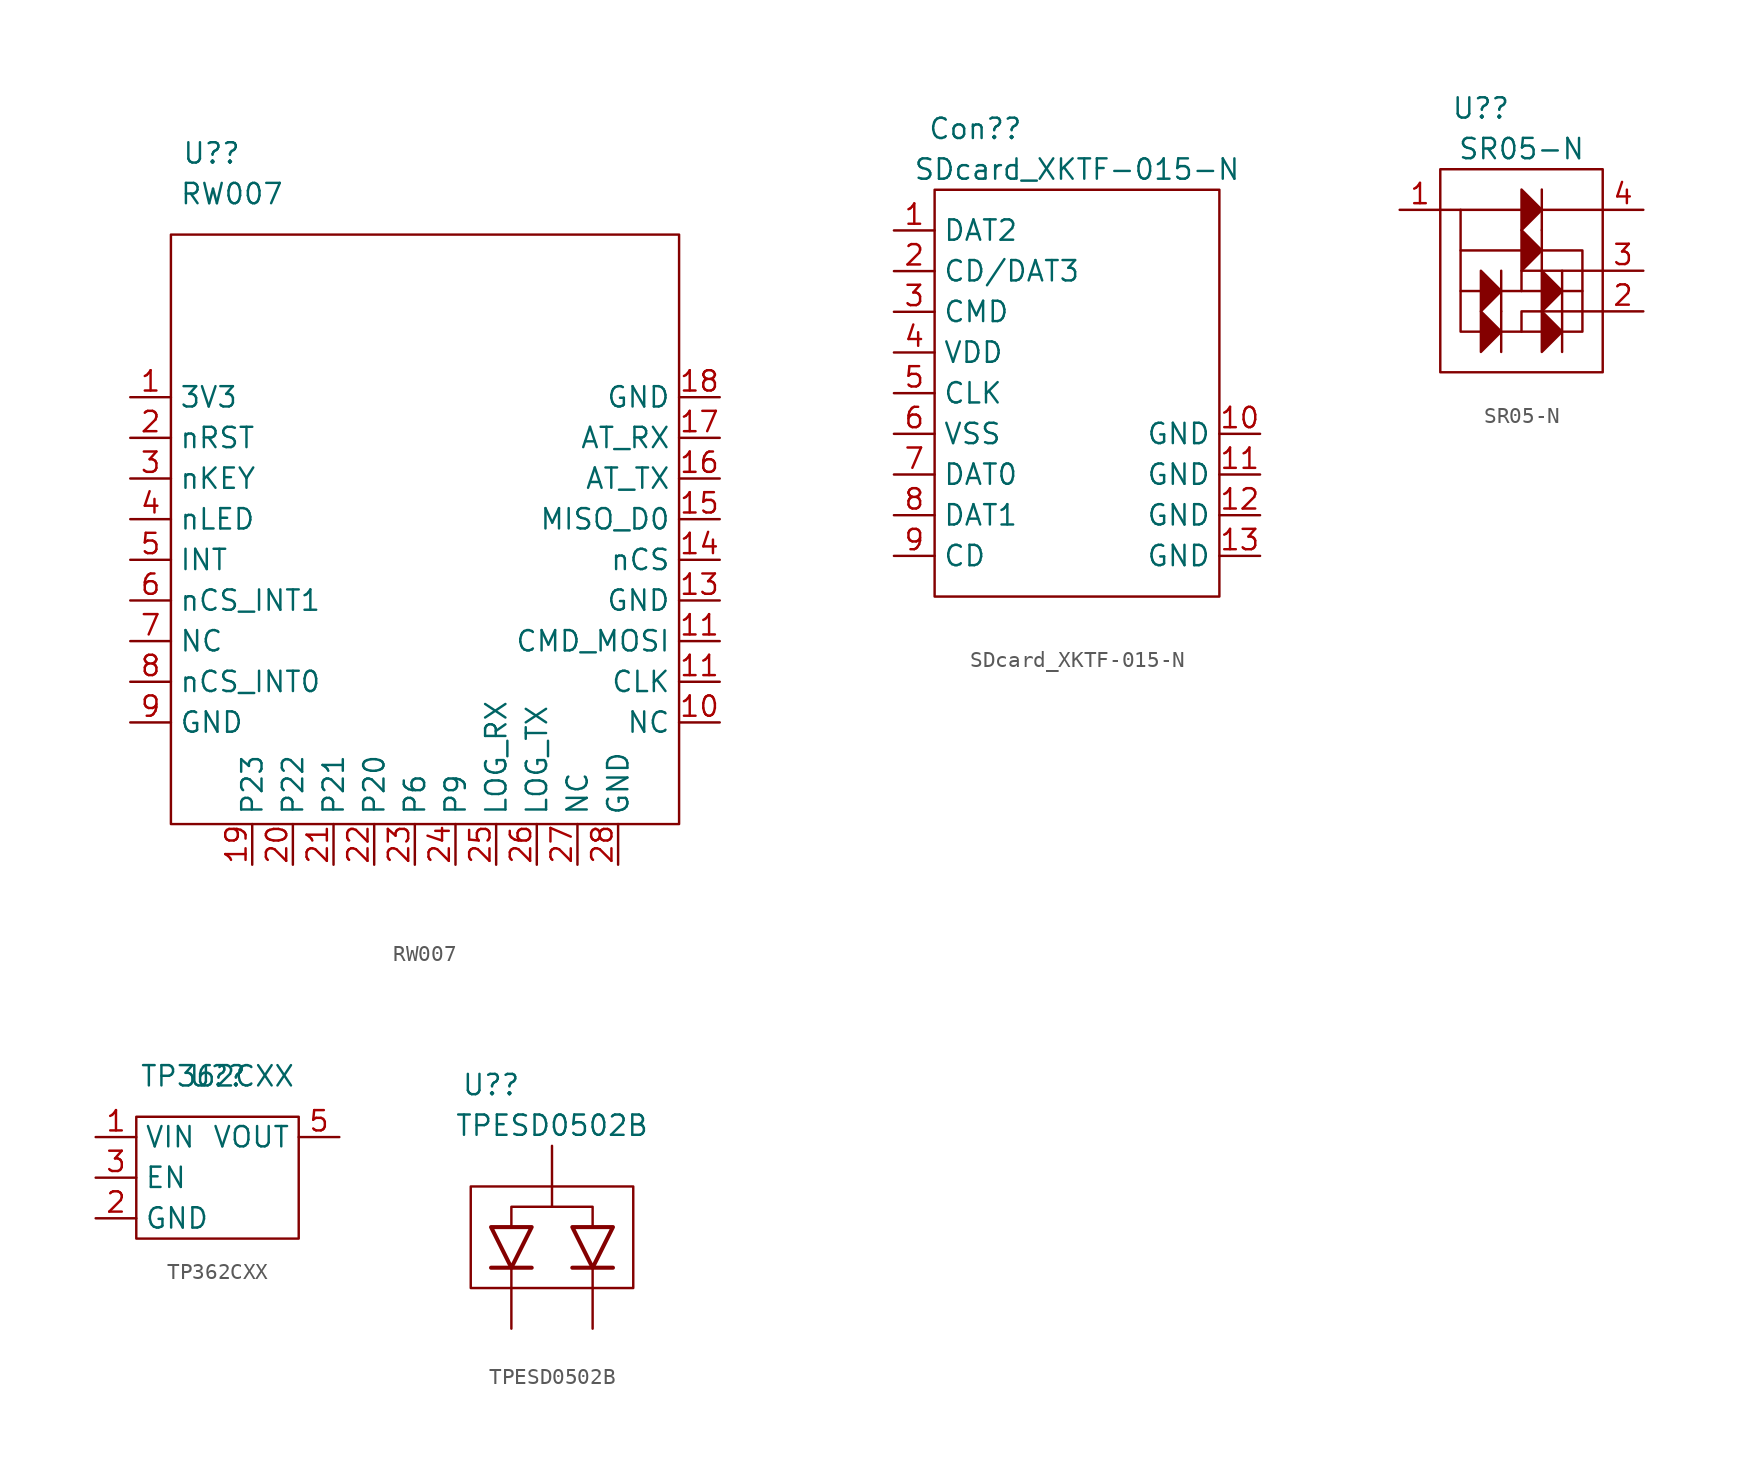
<source format=kicad_sym>
(kicad_symbol_lib
  (version 20211014)
  (generator kicad_symbol_editor)
  (symbol "RW007"
    (property "Reference" "U?"
      (at -15.24 22.86 0)
      (effects (font (size 1.27 1.27))))
    (property "Value" "RW007"
      (at -13.97 20.32 0)
      (effects (font (size 1.27 1.27))))
    (symbol "RW007_0_1"
      (rectangle (start -17.78 17.78) (end 13.97 -19.05) (stroke (width 0) (type default) (color 0 0 0 0)) (fill (type none))))
    (symbol "RW007_1_1"
      (pin power_in line (at -20.32 7.62 0) (length 2.54) (name "3V3" (effects (font (size 1.27 1.27)))) (number "1" (effects (font (size 1.27 1.27)))))
      (pin free line (at 16.51 -12.7 180) (length 2.54) (name "NC" (effects (font (size 1.27 1.27)))) (number "10" (effects (font (size 1.27 1.27)))))
      (pin input line (at 16.51 -10.16 180) (length 2.54) (name "CLK" (effects (font (size 1.27 1.27)))) (number "11" (effects (font (size 1.27 1.27)))))
      (pin input line (at 16.51 -7.62 180) (length 2.54) (name "CMD_MOSI" (effects (font (size 1.27 1.27)))) (number "11" (effects (font (size 1.27 1.27)))))
      (pin power_out line (at 16.51 -5.08 180) (length 2.54) (name "GND" (effects (font (size 1.27 1.27)))) (number "13" (effects (font (size 1.27 1.27)))))
      (pin power_out line (at 16.51 -2.54 180) (length 2.54) (name "nCS" (effects (font (size 1.27 1.27)))) (number "14" (effects (font (size 1.27 1.27)))))
      (pin output line (at 16.51 0 180) (length 2.54) (name "MISO_D0" (effects (font (size 1.27 1.27)))) (number "15" (effects (font (size 1.27 1.27)))))
      (pin output line (at 16.51 2.54 180) (length 2.54) (name "AT_TX" (effects (font (size 1.27 1.27)))) (number "16" (effects (font (size 1.27 1.27)))))
      (pin input line (at 16.51 5.08 180) (length 2.54) (name "AT_RX" (effects (font (size 1.27 1.27)))) (number "17" (effects (font (size 1.27 1.27)))))
      (pin power_out line (at 16.51 7.62 180) (length 2.54) (name "GND" (effects (font (size 1.27 1.27)))) (number "18" (effects (font (size 1.27 1.27)))))
      (pin free line (at -12.7 -21.59 90) (length 2.54) (name "P23" (effects (font (size 1.27 1.27)))) (number "19" (effects (font (size 1.27 1.27)))))
      (pin input line (at -20.32 5.08 0) (length 2.54) (name "nRST" (effects (font (size 1.27 1.27)))) (number "2" (effects (font (size 1.27 1.27)))))
      (pin free line (at -10.16 -21.59 90) (length 2.54) (name "P22" (effects (font (size 1.27 1.27)))) (number "20" (effects (font (size 1.27 1.27)))))
      (pin free line (at -7.62 -21.59 90) (length 2.54) (name "P21" (effects (font (size 1.27 1.27)))) (number "21" (effects (font (size 1.27 1.27)))))
      (pin free line (at -5.08 -21.59 90) (length 2.54) (name "P20" (effects (font (size 1.27 1.27)))) (number "22" (effects (font (size 1.27 1.27)))))
      (pin free line (at -2.54 -21.59 90) (length 2.54) (name "P6" (effects (font (size 1.27 1.27)))) (number "23" (effects (font (size 1.27 1.27)))))
      (pin free line (at 0 -21.59 90) (length 2.54) (name "P9" (effects (font (size 1.27 1.27)))) (number "24" (effects (font (size 1.27 1.27)))))
      (pin free line (at 2.54 -21.59 90) (length 2.54) (name "LOG_RX" (effects (font (size 1.27 1.27)))) (number "25" (effects (font (size 1.27 1.27)))))
      (pin free line (at 5.08 -21.59 90) (length 2.54) (name "LOG_TX" (effects (font (size 1.27 1.27)))) (number "26" (effects (font (size 1.27 1.27)))))
      (pin free line (at 7.62 -21.59 90) (length 2.54) (name "NC" (effects (font (size 1.27 1.27)))) (number "27" (effects (font (size 1.27 1.27)))))
      (pin free line (at 10.16 -21.59 90) (length 2.54) (name "GND" (effects (font (size 1.27 1.27)))) (number "28" (effects (font (size 1.27 1.27)))))
      (pin input line (at -20.32 2.54 0) (length 2.54) (name "nKEY" (effects (font (size 1.27 1.27)))) (number "3" (effects (font (size 1.27 1.27)))))
      (pin output line (at -20.32 0 0) (length 2.54) (name "nLED" (effects (font (size 1.27 1.27)))) (number "4" (effects (font (size 1.27 1.27)))))
      (pin input line (at -20.32 -2.54 0) (length 2.54) (name "INT" (effects (font (size 1.27 1.27)))) (number "5" (effects (font (size 1.27 1.27)))))
      (pin input line (at -20.32 -5.08 0) (length 2.54) (name "nCS_INT1" (effects (font (size 1.27 1.27)))) (number "6" (effects (font (size 1.27 1.27)))))
      (pin free line (at -20.32 -7.62 0) (length 2.54) (name "NC" (effects (font (size 1.27 1.27)))) (number "7" (effects (font (size 1.27 1.27)))))
      (pin input line (at -20.32 -10.16 0) (length 2.54) (name "nCS_INT0" (effects (font (size 1.27 1.27)))) (number "8" (effects (font (size 1.27 1.27)))))
      (pin power_out line (at -20.32 -12.7 0) (length 2.54) (name "GND" (effects (font (size 1.27 1.27)))) (number "9" (effects (font (size 1.27 1.27)))))))
  (symbol "SDcard_XKTF-015-N"
    (property "Reference" "Con?"
      (at -3.81 1.27 0)
      (effects (font (size 1.27 1.27))))
    (property "Value" "SDcard_XKTF-015-N"
      (at 2.54 -1.27 0)
      (effects (font (size 1.27 1.27))))
    (symbol "SDcard_XKTF-015-N_0_1"
      (rectangle (start -6.35 -2.54) (end 11.43 -27.94) (stroke (width 0) (type default) (color 0 0 0 0)) (fill (type none))))
    (symbol "SDcard_XKTF-015-N_1_1"
      (pin bidirectional line (at -8.89 -5.08 0) (length 2.54) (name "DAT2" (effects (font (size 1.27 1.27)))) (number "1" (effects (font (size 1.27 1.27)))))
      (pin power_out line (at 13.97 -17.78 180) (length 2.54) (name "GND" (effects (font (size 1.27 1.27)))) (number "10" (effects (font (size 1.27 1.27)))))
      (pin power_out line (at 13.97 -20.32 180) (length 2.54) (name "GND" (effects (font (size 1.27 1.27)))) (number "11" (effects (font (size 1.27 1.27)))))
      (pin power_out line (at 13.97 -22.86 180) (length 2.54) (name "GND" (effects (font (size 1.27 1.27)))) (number "12" (effects (font (size 1.27 1.27)))))
      (pin power_out line (at 13.97 -25.4 180) (length 2.54) (name "GND" (effects (font (size 1.27 1.27)))) (number "13" (effects (font (size 1.27 1.27)))))
      (pin bidirectional line (at -8.89 -7.62 0) (length 2.54) (name "CD/DAT3" (effects (font (size 1.27 1.27)))) (number "2" (effects (font (size 1.27 1.27)))))
      (pin bidirectional line (at -8.89 -10.16 0) (length 2.54) (name "CMD" (effects (font (size 1.27 1.27)))) (number "3" (effects (font (size 1.27 1.27)))))
      (pin power_in line (at -8.89 -12.7 0) (length 2.54) (name "VDD" (effects (font (size 1.27 1.27)))) (number "4" (effects (font (size 1.27 1.27)))))
      (pin input line (at -8.89 -15.24 0) (length 2.54) (name "CLK" (effects (font (size 1.27 1.27)))) (number "5" (effects (font (size 1.27 1.27)))))
      (pin power_out line (at -8.89 -17.78 0) (length 2.54) (name "VSS" (effects (font (size 1.27 1.27)))) (number "6" (effects (font (size 1.27 1.27)))))
      (pin bidirectional line (at -8.89 -20.32 0) (length 2.54) (name "DAT0" (effects (font (size 1.27 1.27)))) (number "7" (effects (font (size 1.27 1.27)))))
      (pin bidirectional line (at -8.89 -22.86 0) (length 2.54) (name "DAT1" (effects (font (size 1.27 1.27)))) (number "8" (effects (font (size 1.27 1.27)))))
      (pin output line (at -8.89 -25.4 0) (length 2.54) (name "CD" (effects (font (size 1.27 1.27)))) (number "9" (effects (font (size 1.27 1.27)))))))
  (symbol "SR05-N"
    (property "Reference" "U?"
      (at -2.54 2.54 0)
      (effects (font (size 1.27 1.27))))
    (property "Value" "SR05-N"
      (at 0 0 0)
      (effects (font (size 1.27 1.27))))
    (symbol "SR05-N_0_1"
      (polyline (pts (xy -3.81 -3.81) (xy -5.08 -3.81)) (stroke (width 0) (type default) (color 0 0 0 0)) (fill (type none)))
      (polyline (pts (xy -2.54 -8.89) (xy -3.81 -8.89)) (stroke (width 0) (type default) (color 0 0 0 0)) (fill (type none)))
      (polyline (pts (xy -1.27 -10.16) (xy -1.27 -12.7)) (stroke (width 0) (type default) (color 0 0 0 0)) (fill (type none)))
      (polyline (pts (xy -1.27 -7.62) (xy -1.27 -10.16)) (stroke (width 0) (type default) (color 0 0 0 0)) (fill (type none)))
      (polyline (pts (xy 1.27 -11.43) (xy -1.27 -11.43)) (stroke (width 0) (type default) (color 0 0 0 0)) (fill (type none)))
      (polyline (pts (xy 1.27 -8.89) (xy -1.27 -8.89)) (stroke (width 0) (type default) (color 0 0 0 0)) (fill (type none)))
      (polyline (pts (xy 1.27 -5.08) (xy 1.27 -7.62)) (stroke (width 0) (type default) (color 0 0 0 0)) (fill (type none)))
      (polyline (pts (xy 1.27 -3.81) (xy 5.08 -3.81)) (stroke (width 0) (type default) (color 0 0 0 0)) (fill (type none)))
      (polyline (pts (xy 1.27 -2.54) (xy 1.27 -5.08)) (stroke (width 0) (type default) (color 0 0 0 0)) (fill (type none)))
      (polyline (pts (xy 2.54 -10.16) (xy 2.54 -12.7)) (stroke (width 0) (type default) (color 0 0 0 0)) (fill (type none)))
      (polyline (pts (xy 2.54 -8.89) (xy 3.81 -8.89)) (stroke (width 0) (type default) (color 0 0 0 0)) (fill (type none)))
      (polyline (pts (xy 2.54 -7.62) (xy 2.54 -10.16)) (stroke (width 0) (type default) (color 0 0 0 0)) (fill (type none)))
      (polyline (pts (xy 0 -11.43) (xy 0 -10.16) (xy 5.08 -10.16)) (stroke (width 0) (type default) (color 0 0 0 0)) (fill (type none)))
      (polyline (pts (xy 0 -8.89) (xy 0 -7.62) (xy 5.08 -7.62)) (stroke (width 0) (type default) (color 0 0 0 0)) (fill (type none)))
      (polyline (pts (xy 0 -3.81) (xy -3.81 -3.81) (xy -3.81 -6.35)) (stroke (width 0) (type default) (color 0 0 0 0)) (fill (type none)))
      (polyline (pts (xy 0 -6.35) (xy -3.81 -6.35) (xy -3.81 -11.43) (xy -2.54 -11.43)) (stroke (width 0) (type default) (color 0 0 0 0)) (fill (type none)))
      (polyline (pts (xy 1.27 -6.35) (xy 3.81 -6.35) (xy 3.81 -11.43) (xy 2.54 -11.43)) (stroke (width 0) (type default) (color 0 0 0 0)) (fill (type none)))
      (polyline (pts (xy -1.27 -11.43) (xy -2.54 -10.16) (xy -2.54 -12.7) (xy -1.27 -11.43) (xy -1.27 -11.43)) (stroke (width 0) (type default) (color 0 0 0 0)) (fill (type outline)))
      (polyline (pts (xy -1.27 -8.89) (xy -2.54 -7.62) (xy -2.54 -10.16) (xy -1.27 -8.89) (xy -1.27 -8.89)) (stroke (width 0) (type default) (color 0 0 0 0)) (fill (type outline)))
      (polyline (pts (xy 1.27 -6.35) (xy 0 -5.08) (xy 0 -7.62) (xy 1.27 -6.35) (xy 1.27 -6.35)) (stroke (width 0) (type default) (color 0 0 0 0)) (fill (type outline)))
      (polyline (pts (xy 1.27 -3.81) (xy 0 -2.54) (xy 0 -5.08) (xy 1.27 -3.81) (xy 1.27 -3.81)) (stroke (width 0) (type default) (color 0 0 0 0)) (fill (type outline)))
      (polyline (pts (xy 2.54 -11.43) (xy 1.27 -10.16) (xy 1.27 -12.7) (xy 2.54 -11.43) (xy 2.54 -11.43)) (stroke (width 0) (type default) (color 0 0 0 0)) (fill (type outline)))
      (polyline (pts (xy 2.54 -8.89) (xy 1.27 -7.62) (xy 1.27 -10.16) (xy 2.54 -8.89) (xy 2.54 -8.89)) (stroke (width 0) (type default) (color 0 0 0 0)) (fill (type outline)))
      (rectangle (start 5.08 -1.27) (end -5.08 -13.97) (stroke (width 0) (type default) (color 0 0 0 0)) (fill (type none))))
    (symbol "SR05-N_1_1"
      (pin power_out line (at -7.62 -3.81 0) (length 2.54) (name "" (effects (font (size 1.27 1.27)))) (number "1" (effects (font (size 1.27 1.27)))))
      (pin bidirectional line (at 7.62 -10.16 180) (length 2.54) (name "" (effects (font (size 1.27 1.27)))) (number "2" (effects (font (size 1.27 1.27)))))
      (pin bidirectional line (at 7.62 -7.62 180) (length 2.54) (name "" (effects (font (size 1.27 1.27)))) (number "3" (effects (font (size 1.27 1.27)))))
      (pin power_in line (at 7.62 -3.81 180) (length 2.54) (name "" (effects (font (size 1.27 1.27)))) (number "4" (effects (font (size 1.27 1.27)))))))
  (symbol "TP362CXX"
    (property "Reference" "U?"
      (at 0 0 0)
      (effects (font (size 1.27 1.27))))
    (property "Value" "TP362CXX"
      (at 0 0 0)
      (effects (font (size 1.27 1.27))))
    (symbol "TP362CXX_0_1"
      (rectangle (start -5.08 -2.54) (end 5.08 -10.16) (stroke (width 0) (type default) (color 0 0 0 0)) (fill (type none))))
    (symbol "TP362CXX_1_1"
      (pin power_in line (at -7.62 -3.81 0) (length 2.54) (name "VIN" (effects (font (size 1.27 1.27)))) (number "1" (effects (font (size 1.27 1.27)))))
      (pin power_out line (at -7.62 -8.89 0) (length 2.54) (name "GND" (effects (font (size 1.27 1.27)))) (number "2" (effects (font (size 1.27 1.27)))))
      (pin input line (at -7.62 -6.35 0) (length 2.54) (name "EN" (effects (font (size 1.27 1.27)))) (number "3" (effects (font (size 1.27 1.27)))))
      (pin free line (at 7.62 -8.89 180) (length 2.54) hide (name "NC" (effects (font (size 1.27 1.27)))) (number "4" (effects (font (size 1.27 1.27)))))
      (pin power_out line (at 7.62 -3.81 180) (length 2.54) (name "VOUT" (effects (font (size 1.27 1.27)))) (number "5" (effects (font (size 1.27 1.27)))))))
  (symbol "TPESD0502B"
    (pin_numbers hide)
    (pin_names hide)
    (property "Reference" "U?"
      (at -3.81 -2.54 0)
      (effects (font (size 1.27 1.27))))
    (property "Value" "TPESD0502B"
      (at 0 -5.08 0)
      (effects (font (size 1.27 1.27))))
    (symbol "TPESD0502B_0_0"
      (rectangle (start -5.08 -8.89) (end 5.08 -15.24) (stroke (width 0) (type default) (color 0 0 0 0)) (fill (type none)))
      (polyline (pts (xy -2.54 -13.97) (xy -2.54 -15.24)) (stroke (width 0) (type default) (color 0 0 0 0)) (fill (type none)))
      (polyline (pts (xy 0 -8.89) (xy 0 -10.16)) (stroke (width 0) (type default) (color 0 0 0 0)) (fill (type none)))
      (polyline (pts (xy 2.54 -13.97) (xy 2.54 -15.24)) (stroke (width 0) (type default) (color 0 0 0 0)) (fill (type none)))
      (polyline (pts (xy -2.54 -11.43) (xy -2.54 -10.16) (xy 2.54 -10.16) (xy 2.54 -11.43)) (stroke (width 0) (type default) (color 0 0 0 0)) (fill (type none))))
    (symbol "TPESD0502B_0_1"
      (polyline (pts (xy -1.27 -13.97) (xy -3.81 -13.97)) (stroke (width 0.254) (type default) (color 0 0 0 0)) (fill (type none)))
      (polyline (pts (xy 3.81 -13.97) (xy 1.27 -13.97)) (stroke (width 0.254) (type default) (color 0 0 0 0)) (fill (type none)))
      (polyline (pts (xy -1.27 -11.43) (xy -3.81 -11.43) (xy -2.54 -13.97) (xy -1.27 -11.43)) (stroke (width 0.254) (type default) (color 0 0 0 0)) (fill (type none)))
      (polyline (pts (xy 3.81 -11.43) (xy 1.27 -11.43) (xy 2.54 -13.97) (xy 3.81 -11.43)) (stroke (width 0.254) (type default) (color 0 0 0 0)) (fill (type none))))
    (symbol "TPESD0502B_1_1"
      (pin passive line (at -2.54 -17.78 90) (length 2.54) (name "K" (effects (font (size 1.27 1.27)))) (number "1" (effects (font (size 1.27 1.27)))))
      (pin passive line (at 2.54 -17.78 90) (length 2.54) (name "K" (effects (font (size 1.27 1.27)))) (number "2" (effects (font (size 1.27 1.27)))))
      (pin passive line (at 0 -6.35 270) (length 2.54) (name "A" (effects (font (size 1.27 1.27)))) (number "3" (effects (font (size 1.27 1.27))))))))
</source>
